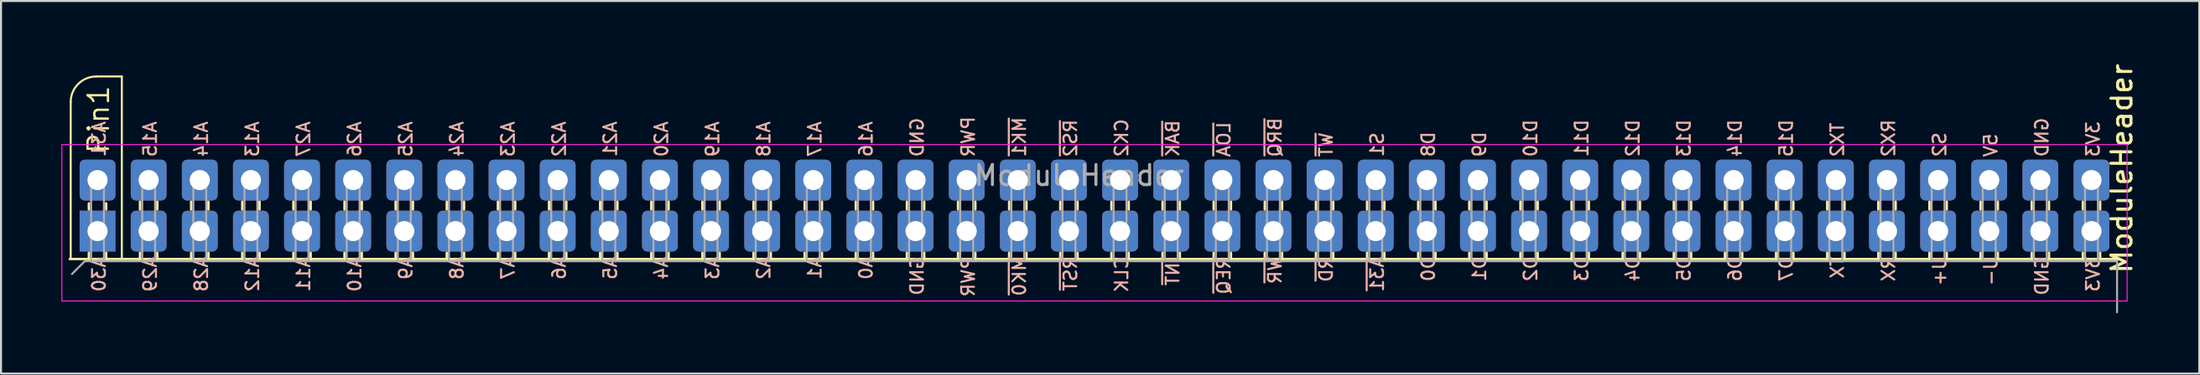
<source format=kicad_pcb>
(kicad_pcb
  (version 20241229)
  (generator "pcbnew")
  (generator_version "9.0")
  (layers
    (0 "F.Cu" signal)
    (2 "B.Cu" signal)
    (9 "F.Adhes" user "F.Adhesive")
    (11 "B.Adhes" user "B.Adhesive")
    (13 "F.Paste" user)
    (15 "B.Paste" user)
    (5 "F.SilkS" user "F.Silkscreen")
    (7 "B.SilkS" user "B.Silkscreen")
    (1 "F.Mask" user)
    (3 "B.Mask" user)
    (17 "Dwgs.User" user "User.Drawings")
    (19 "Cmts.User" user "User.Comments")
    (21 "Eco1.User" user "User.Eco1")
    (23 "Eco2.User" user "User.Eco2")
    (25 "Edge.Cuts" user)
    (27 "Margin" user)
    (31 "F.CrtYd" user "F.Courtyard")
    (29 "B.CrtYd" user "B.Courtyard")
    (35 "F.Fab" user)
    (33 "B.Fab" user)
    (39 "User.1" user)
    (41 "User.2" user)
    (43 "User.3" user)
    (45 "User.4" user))
  (footprint "ModuleHeader"
    (layer "F.Cu")
    (at 48.723 8.377)
    (property "Reference" "ModuleHeader" (at 53.64 -3.038 270) (layer "F.SilkS") (effects (font (size 1 1) (thickness 0.15))))
    (attr through_hole)
    (fp_line (start -48.308 1.467) (end 53.512 1.467) (stroke (width 0.12) (type solid)) (layer "F.SilkS"))
    (fp_line (start -48.26 -6.35) (end -48.26 1.448) (stroke (width 0.1) (type default)) (layer "F.SilkS"))
    (fp_line (start -47.358 -1.303) (end -47.358 -1) (stroke (width 0.12) (type solid)) (layer "F.SilkS"))
    (fp_line (start -47.358 1.155) (end -47.358 1.467) (stroke (width 0.12) (type solid)) (layer "F.SilkS"))
    (fp_line (start -46.498 -1.303) (end -46.498 -1) (stroke (width 0.12) (type solid)) (layer "F.SilkS"))
    (fp_line (start -46.498 1.155) (end -46.498 1.467) (stroke (width 0.12) (type solid)) (layer "F.SilkS"))
    (fp_line (start -45.72 -7.62) (end -46.99 -7.62) (stroke (width 0.1) (type default)) (layer "F.SilkS"))
    (fp_line (start -45.72 -7.62) (end -45.72 1.448) (stroke (width 0.1) (type default)) (layer "F.SilkS"))
    (fp_line (start -44.818 -1.385) (end -44.818 -1) (stroke (width 0.12) (type solid)) (layer "F.SilkS"))
    (fp_line (start -44.818 1.155) (end -44.818 1.467) (stroke (width 0.12) (type solid)) (layer "F.SilkS"))
    (fp_line (start -43.958 -1.385) (end -43.958 -1) (stroke (width 0.12) (type solid)) (layer "F.SilkS"))
    (fp_line (start -43.958 1.155) (end -43.958 1.467) (stroke (width 0.12) (type solid)) (layer "F.SilkS"))
    (fp_line (start -42.278 -1.385) (end -42.278 -1) (stroke (width 0.12) (type solid)) (layer "F.SilkS"))
    (fp_line (start -42.278 1.155) (end -42.278 1.467) (stroke (width 0.12) (type solid)) (layer "F.SilkS"))
    (fp_line (start -41.418 -1.385) (end -41.418 -1) (stroke (width 0.12) (type solid)) (layer "F.SilkS"))
    (fp_line (start -41.418 1.155) (end -41.418 1.467) (stroke (width 0.12) (type solid)) (layer "F.SilkS"))
    (fp_line (start -39.738 -1.385) (end -39.738 -1) (stroke (width 0.12) (type solid)) (layer "F.SilkS"))
    (fp_line (start -39.738 1.155) (end -39.738 1.467) (stroke (width 0.12) (type solid)) (layer "F.SilkS"))
    (fp_line (start -38.878 -1.385) (end -38.878 -1) (stroke (width 0.12) (type solid)) (layer "F.SilkS"))
    (fp_line (start -38.878 1.155) (end -38.878 1.467) (stroke (width 0.12) (type solid)) (layer "F.SilkS"))
    (fp_line (start -37.198 -1.385) (end -37.198 -1) (stroke (width 0.12) (type solid)) (layer "F.SilkS"))
    (fp_line (start -37.198 1.155) (end -37.198 1.467) (stroke (width 0.12) (type solid)) (layer "F.SilkS"))
    (fp_line (start -36.338 -1.385) (end -36.338 -1) (stroke (width 0.12) (type solid)) (layer "F.SilkS"))
    (fp_line (start -36.338 1.155) (end -36.338 1.467) (stroke (width 0.12) (type solid)) (layer "F.SilkS"))
    (fp_line (start -34.658 -1.385) (end -34.658 -1) (stroke (width 0.12) (type solid)) (layer "F.SilkS"))
    (fp_line (start -34.658 1.155) (end -34.658 1.467) (stroke (width 0.12) (type solid)) (layer "F.SilkS"))
    (fp_line (start -33.798 -1.385) (end -33.798 -1) (stroke (width 0.12) (type solid)) (layer "F.SilkS"))
    (fp_line (start -33.798 1.155) (end -33.798 1.467) (stroke (width 0.12) (type solid)) (layer "F.SilkS"))
    (fp_line (start -32.118 -1.385) (end -32.118 -1) (stroke (width 0.12) (type solid)) (layer "F.SilkS"))
    (fp_line (start -32.118 1.155) (end -32.118 1.467) (stroke (width 0.12) (type solid)) (layer "F.SilkS"))
    (fp_line (start -31.258 -1.385) (end -31.258 -1) (stroke (width 0.12) (type solid)) (layer "F.SilkS"))
    (fp_line (start -31.258 1.155) (end -31.258 1.467) (stroke (width 0.12) (type solid)) (layer "F.SilkS"))
    (fp_line (start -29.578 -1.385) (end -29.578 -1) (stroke (width 0.12) (type solid)) (layer "F.SilkS"))
    (fp_line (start -29.578 1.155) (end -29.578 1.467) (stroke (width 0.12) (type solid)) (layer "F.SilkS"))
    (fp_line (start -28.718 -1.385) (end -28.718 -1) (stroke (width 0.12) (type solid)) (layer "F.SilkS"))
    (fp_line (start -28.718 1.155) (end -28.718 1.467) (stroke (width 0.12) (type solid)) (layer "F.SilkS"))
    (fp_line (start -27.038 -1.385) (end -27.038 -1) (stroke (width 0.12) (type solid)) (layer "F.SilkS"))
    (fp_line (start -27.038 1.155) (end -27.038 1.467) (stroke (width 0.12) (type solid)) (layer "F.SilkS"))
    (fp_line (start -26.178 -1.385) (end -26.178 -1) (stroke (width 0.12) (type solid)) (layer "F.SilkS"))
    (fp_line (start -26.178 1.155) (end -26.178 1.467) (stroke (width 0.12) (type solid)) (layer "F.SilkS"))
    (fp_line (start -24.498 -1.385) (end -24.498 -1) (stroke (width 0.12) (type solid)) (layer "F.SilkS"))
    (fp_line (start -24.498 1.155) (end -24.498 1.467) (stroke (width 0.12) (type solid)) (layer "F.SilkS"))
    (fp_line (start -23.638 -1.385) (end -23.638 -1) (stroke (width 0.12) (type solid)) (layer "F.SilkS"))
    (fp_line (start -23.638 1.155) (end -23.638 1.467) (stroke (width 0.12) (type solid)) (layer "F.SilkS"))
    (fp_line (start -21.958 -1.385) (end -21.958 -1) (stroke (width 0.12) (type solid)) (layer "F.SilkS"))
    (fp_line (start -21.958 1.155) (end -21.958 1.467) (stroke (width 0.12) (type solid)) (layer "F.SilkS"))
    (fp_line (start -21.098 -1.385) (end -21.098 -1) (stroke (width 0.12) (type solid)) (layer "F.SilkS"))
    (fp_line (start -21.098 1.155) (end -21.098 1.467) (stroke (width 0.12) (type solid)) (layer "F.SilkS"))
    (fp_line (start -19.418 -1.385) (end -19.418 -1) (stroke (width 0.12) (type solid)) (layer "F.SilkS"))
    (fp_line (start -19.418 1.155) (end -19.418 1.467) (stroke (width 0.12) (type solid)) (layer "F.SilkS"))
    (fp_line (start -18.558 -1.385) (end -18.558 -1) (stroke (width 0.12) (type solid)) (layer "F.SilkS"))
    (fp_line (start -18.558 1.155) (end -18.558 1.467) (stroke (width 0.12) (type solid)) (layer "F.SilkS"))
    (fp_line (start -16.878 -1.385) (end -16.878 -1) (stroke (width 0.12) (type solid)) (layer "F.SilkS"))
    (fp_line (start -16.878 1.155) (end -16.878 1.467) (stroke (width 0.12) (type solid)) (layer "F.SilkS"))
    (fp_line (start -16.018 -1.385) (end -16.018 -1) (stroke (width 0.12) (type solid)) (layer "F.SilkS"))
    (fp_line (start -16.018 1.155) (end -16.018 1.467) (stroke (width 0.12) (type solid)) (layer "F.SilkS"))
    (fp_line (start -14.338 -1.385) (end -14.338 -1) (stroke (width 0.12) (type solid)) (layer "F.SilkS"))
    (fp_line (start -14.338 1.155) (end -14.338 1.467) (stroke (width 0.12) (type solid)) (layer "F.SilkS"))
    (fp_line (start -13.478 -1.385) (end -13.478 -1) (stroke (width 0.12) (type solid)) (layer "F.SilkS"))
    (fp_line (start -13.478 1.155) (end -13.478 1.467) (stroke (width 0.12) (type solid)) (layer "F.SilkS"))
    (fp_line (start -11.798 -1.385) (end -11.798 -1) (stroke (width 0.12) (type solid)) (layer "F.SilkS"))
    (fp_line (start -11.798 1.155) (end -11.798 1.467) (stroke (width 0.12) (type solid)) (layer "F.SilkS"))
    (fp_line (start -10.938 -1.385) (end -10.938 -1) (stroke (width 0.12) (type solid)) (layer "F.SilkS"))
    (fp_line (start -10.938 1.155) (end -10.938 1.467) (stroke (width 0.12) (type solid)) (layer "F.SilkS"))
    (fp_line (start -9.258 -1.385) (end -9.258 -1) (stroke (width 0.12) (type solid)) (layer "F.SilkS"))
    (fp_line (start -9.258 1.155) (end -9.258 1.467) (stroke (width 0.12) (type solid)) (layer "F.SilkS"))
    (fp_line (start -8.398 -1.385) (end -8.398 -1) (stroke (width 0.12) (type solid)) (layer "F.SilkS"))
    (fp_line (start -8.398 1.155) (end -8.398 1.467) (stroke (width 0.12) (type solid)) (layer "F.SilkS"))
    (fp_line (start -6.718 -1.385) (end -6.718 -1) (stroke (width 0.12) (type solid)) (layer "F.SilkS"))
    (fp_line (start -6.718 1.155) (end -6.718 1.467) (stroke (width 0.12) (type solid)) (layer "F.SilkS"))
    (fp_line (start -5.858 -1.385) (end -5.858 -1) (stroke (width 0.12) (type solid)) (layer "F.SilkS"))
    (fp_line (start -5.858 1.155) (end -5.858 1.467) (stroke (width 0.12) (type solid)) (layer "F.SilkS"))
    (fp_line (start -4.178 -1.385) (end -4.178 -1) (stroke (width 0.12) (type solid)) (layer "F.SilkS"))
    (fp_line (start -4.178 1.155) (end -4.178 1.467) (stroke (width 0.12) (type solid)) (layer "F.SilkS"))
    (fp_line (start -3.318 -1.385) (end -3.318 -1) (stroke (width 0.12) (type solid)) (layer "F.SilkS"))
    (fp_line (start -3.318 1.155) (end -3.318 1.467) (stroke (width 0.12) (type solid)) (layer "F.SilkS"))
    (fp_line (start -1.638 -1.385) (end -1.638 -1) (stroke (width 0.12) (type solid)) (layer "F.SilkS"))
    (fp_line (start -1.638 1.155) (end -1.638 1.467) (stroke (width 0.12) (type solid)) (layer "F.SilkS"))
    (fp_line (start -0.778 -1.385) (end -0.778 -1) (stroke (width 0.12) (type solid)) (layer "F.SilkS"))
    (fp_line (start -0.778 1.155) (end -0.778 1.467) (stroke (width 0.12) (type solid)) (layer "F.SilkS"))
    (fp_line (start 0.902 -1.385) (end 0.902 -1) (stroke (width 0.12) (type solid)) (layer "F.SilkS"))
    (fp_line (start 0.902 1.155) (end 0.902 1.467) (stroke (width 0.12) (type solid)) (layer "F.SilkS"))
    (fp_line (start 1.762 -1.385) (end 1.762 -1) (stroke (width 0.12) (type solid)) (layer "F.SilkS"))
    (fp_line (start 1.762 1.155) (end 1.762 1.467) (stroke (width 0.12) (type solid)) (layer "F.SilkS"))
    (fp_line (start 3.442 -1.385) (end 3.442 -1) (stroke (width 0.12) (type solid)) (layer "F.SilkS"))
    (fp_line (start 3.442 1.155) (end 3.442 1.467) (stroke (width 0.12) (type solid)) (layer "F.SilkS"))
    (fp_line (start 4.302 -1.385) (end 4.302 -1) (stroke (width 0.12) (type solid)) (layer "F.SilkS"))
    (fp_line (start 4.302 1.155) (end 4.302 1.467) (stroke (width 0.12) (type solid)) (layer "F.SilkS"))
    (fp_line (start 5.982 -1.385) (end 5.982 -1) (stroke (width 0.12) (type solid)) (layer "F.SilkS"))
    (fp_line (start 5.982 1.155) (end 5.982 1.467) (stroke (width 0.12) (type solid)) (layer "F.SilkS"))
    (fp_line (start 6.842 -1.385) (end 6.842 -1) (stroke (width 0.12) (type solid)) (layer "F.SilkS"))
    (fp_line (start 6.842 1.155) (end 6.842 1.467) (stroke (width 0.12) (type solid)) (layer "F.SilkS"))
    (fp_line (start 8.522 -1.385) (end 8.522 -1) (stroke (width 0.12) (type solid)) (layer "F.SilkS"))
    (fp_line (start 8.522 1.155) (end 8.522 1.467) (stroke (width 0.12) (type solid)) (layer "F.SilkS"))
    (fp_line (start 9.382 -1.385) (end 9.382 -1) (stroke (width 0.12) (type solid)) (layer "F.SilkS"))
    (fp_line (start 9.382 1.155) (end 9.382 1.467) (stroke (width 0.12) (type solid)) (layer "F.SilkS"))
    (fp_line (start 11.062 -1.385) (end 11.062 -1) (stroke (width 0.12) (type solid)) (layer "F.SilkS"))
    (fp_line (start 11.062 1.155) (end 11.062 1.467) (stroke (width 0.12) (type solid)) (layer "F.SilkS"))
    (fp_line (start 11.922 -1.385) (end 11.922 -1) (stroke (width 0.12) (type solid)) (layer "F.SilkS"))
    (fp_line (start 11.922 1.155) (end 11.922 1.467) (stroke (width 0.12) (type solid)) (layer "F.SilkS"))
    (fp_line (start 13.602 -1.385) (end 13.602 -1) (stroke (width 0.12) (type solid)) (layer "F.SilkS"))
    (fp_line (start 13.602 1.155) (end 13.602 1.467) (stroke (width 0.12) (type solid)) (layer "F.SilkS"))
    (fp_line (start 14.462 -1.385) (end 14.462 -1) (stroke (width 0.12) (type solid)) (layer "F.SilkS"))
    (fp_line (start 14.462 1.155) (end 14.462 1.467) (stroke (width 0.12) (type solid)) (layer "F.SilkS"))
    (fp_line (start 16.142 -1.385) (end 16.142 -1) (stroke (width 0.12) (type solid)) (layer "F.SilkS"))
    (fp_line (start 16.142 1.155) (end 16.142 1.467) (stroke (width 0.12) (type solid)) (layer "F.SilkS"))
    (fp_line (start 17.002 -1.385) (end 17.002 -1) (stroke (width 0.12) (type solid)) (layer "F.SilkS"))
    (fp_line (start 17.002 1.155) (end 17.002 1.467) (stroke (width 0.12) (type solid)) (layer "F.SilkS"))
    (fp_line (start 18.682 -1.385) (end 18.682 -1) (stroke (width 0.12) (type solid)) (layer "F.SilkS"))
    (fp_line (start 18.682 1.155) (end 18.682 1.467) (stroke (width 0.12) (type solid)) (layer "F.SilkS"))
    (fp_line (start 19.542 -1.385) (end 19.542 -1) (stroke (width 0.12) (type solid)) (layer "F.SilkS"))
    (fp_line (start 19.542 1.155) (end 19.542 1.467) (stroke (width 0.12) (type solid)) (layer "F.SilkS"))
    (fp_line (start 21.222 -1.385) (end 21.222 -1) (stroke (width 0.12) (type solid)) (layer "F.SilkS"))
    (fp_line (start 21.222 1.155) (end 21.222 1.467) (stroke (width 0.12) (type solid)) (layer "F.SilkS"))
    (fp_line (start 22.082 -1.385) (end 22.082 -1) (stroke (width 0.12) (type solid)) (layer "F.SilkS"))
    (fp_line (start 22.082 1.155) (end 22.082 1.467) (stroke (width 0.12) (type solid)) (layer "F.SilkS"))
    (fp_line (start 23.762 -1.385) (end 23.762 -1) (stroke (width 0.12) (type solid)) (layer "F.SilkS"))
    (fp_line (start 23.762 1.155) (end 23.762 1.467) (stroke (width 0.12) (type solid)) (layer "F.SilkS"))
    (fp_line (start 24.622 -1.385) (end 24.622 -1) (stroke (width 0.12) (type solid)) (layer "F.SilkS"))
    (fp_line (start 24.622 1.155) (end 24.622 1.467) (stroke (width 0.12) (type solid)) (layer "F.SilkS"))
    (fp_line (start 26.302 -1.385) (end 26.302 -1) (stroke (width 0.12) (type solid)) (layer "F.SilkS"))
    (fp_line (start 26.302 1.155) (end 26.302 1.467) (stroke (width 0.12) (type solid)) (layer "F.SilkS"))
    (fp_line (start 27.162 -1.385) (end 27.162 -1) (stroke (width 0.12) (type solid)) (layer "F.SilkS"))
    (fp_line (start 27.162 1.155) (end 27.162 1.467) (stroke (width 0.12) (type solid)) (layer "F.SilkS"))
    (fp_line (start 28.842 -1.385) (end 28.842 -1) (stroke (width 0.12) (type solid)) (layer "F.SilkS"))
    (fp_line (start 28.842 1.155) (end 28.842 1.467) (stroke (width 0.12) (type solid)) (layer "F.SilkS"))
    (fp_line (start 29.702 -1.385) (end 29.702 -1) (stroke (width 0.12) (type solid)) (layer "F.SilkS"))
    (fp_line (start 29.702 1.155) (end 29.702 1.467) (stroke (width 0.12) (type solid)) (layer "F.SilkS"))
    (fp_line (start 31.382 -1.385) (end 31.382 -1) (stroke (width 0.12) (type solid)) (layer "F.SilkS"))
    (fp_line (start 31.382 1.155) (end 31.382 1.467) (stroke (width 0.12) (type solid)) (layer "F.SilkS"))
    (fp_line (start 32.242 -1.385) (end 32.242 -1) (stroke (width 0.12) (type solid)) (layer "F.SilkS"))
    (fp_line (start 32.242 1.155) (end 32.242 1.467) (stroke (width 0.12) (type solid)) (layer "F.SilkS"))
    (fp_line (start 33.922 -1.385) (end 33.922 -1) (stroke (width 0.12) (type solid)) (layer "F.SilkS"))
    (fp_line (start 33.922 1.155) (end 33.922 1.467) (stroke (width 0.12) (type solid)) (layer "F.SilkS"))
    (fp_line (start 34.782 -1.385) (end 34.782 -1) (stroke (width 0.12) (type solid)) (layer "F.SilkS"))
    (fp_line (start 34.782 1.155) (end 34.782 1.467) (stroke (width 0.12) (type solid)) (layer "F.SilkS"))
    (fp_line (start 36.462 -1.385) (end 36.462 -1) (stroke (width 0.12) (type solid)) (layer "F.SilkS"))
    (fp_line (start 36.462 1.155) (end 36.462 1.467) (stroke (width 0.12) (type solid)) (layer "F.SilkS"))
    (fp_line (start 37.322 -1.385) (end 37.322 -1) (stroke (width 0.12) (type solid)) (layer "F.SilkS"))
    (fp_line (start 37.322 1.155) (end 37.322 1.467) (stroke (width 0.12) (type solid)) (layer "F.SilkS"))
    (fp_line (start 39.002 -1.385) (end 39.002 -1) (stroke (width 0.12) (type solid)) (layer "F.SilkS"))
    (fp_line (start 39.002 1.155) (end 39.002 1.467) (stroke (width 0.12) (type solid)) (layer "F.SilkS"))
    (fp_line (start 39.862 -1.385) (end 39.862 -1) (stroke (width 0.12) (type solid)) (layer "F.SilkS"))
    (fp_line (start 39.862 1.155) (end 39.862 1.467) (stroke (width 0.12) (type solid)) (layer "F.SilkS"))
    (fp_line (start 41.542 -1.385) (end 41.542 -1) (stroke (width 0.12) (type solid)) (layer "F.SilkS"))
    (fp_line (start 41.542 1.155) (end 41.542 1.467) (stroke (width 0.12) (type solid)) (layer "F.SilkS"))
    (fp_line (start 42.402 -1.385) (end 42.402 -1) (stroke (width 0.12) (type solid)) (layer "F.SilkS"))
    (fp_line (start 42.402 1.155) (end 42.402 1.467) (stroke (width 0.12) (type solid)) (layer "F.SilkS"))
    (fp_line (start 44.082 -1.385) (end 44.082 -1) (stroke (width 0.12) (type solid)) (layer "F.SilkS"))
    (fp_line (start 44.082 1.155) (end 44.082 1.467) (stroke (width 0.12) (type solid)) (layer "F.SilkS"))
    (fp_line (start 44.942 -1.385) (end 44.942 -1) (stroke (width 0.12) (type solid)) (layer "F.SilkS"))
    (fp_line (start 44.942 1.155) (end 44.942 1.467) (stroke (width 0.12) (type solid)) (layer "F.SilkS"))
    (fp_line (start 46.622 -1.385) (end 46.622 -1) (stroke (width 0.12) (type solid)) (layer "F.SilkS"))
    (fp_line (start 46.622 1.155) (end 46.622 1.467) (stroke (width 0.12) (type solid)) (layer "F.SilkS"))
    (fp_line (start 47.482 -1.385) (end 47.482 -1) (stroke (width 0.12) (type solid)) (layer "F.SilkS"))
    (fp_line (start 47.482 1.155) (end 47.482 1.467) (stroke (width 0.12) (type solid)) (layer "F.SilkS"))
    (fp_line (start 49.162 -1.385) (end 49.162 -1) (stroke (width 0.12) (type solid)) (layer "F.SilkS"))
    (fp_line (start 49.162 1.155) (end 49.162 1.467) (stroke (width 0.12) (type solid)) (layer "F.SilkS"))
    (fp_line (start 50.022 -1.385) (end 50.022 -1) (stroke (width 0.12) (type solid)) (layer "F.SilkS"))
    (fp_line (start 50.022 1.155) (end 50.022 1.467) (stroke (width 0.12) (type solid)) (layer "F.SilkS"))
    (fp_line (start 51.702 -1.385) (end 51.702 -1) (stroke (width 0.12) (type solid)) (layer "F.SilkS"))
    (fp_line (start 51.702 1.155) (end 51.702 1.467) (stroke (width 0.12) (type solid)) (layer "F.SilkS"))
    (fp_line (start 52.562 -1.385) (end 52.562 -1) (stroke (width 0.12) (type solid)) (layer "F.SilkS"))
    (fp_line (start 52.562 1.155) (end 52.562 1.467) (stroke (width 0.12) (type solid)) (layer "F.SilkS"))
    (fp_arc (start -48.26 -6.35) (mid -47.888026 -7.248026) (end -46.99 -7.62) (stroke (width 0.1) (type default)) (layer "F.SilkS"))
    (fp_line (start -48.698 -4.233) (end 53.902 -4.233) (stroke (width 0.05) (type solid)) (layer "F.CrtYd"))
    (fp_line (start -48.698 3.556) (end -48.698 -4.233) (stroke (width 0.05) (type solid)) (layer "F.CrtYd"))
    (fp_line (start -48.692 3.556) (end 53.899 3.556) (stroke (width 0.05) (type solid)) (layer "F.CrtYd"))
    (fp_line (start 53.902 -4.233) (end 53.902 3.556) (stroke (width 0.05) (type solid)) (layer "F.CrtYd"))
    (fp_line (start -47.563 1.577) (end -48.198 2.212) (stroke (width 0.1) (type solid)) (layer "F.Fab"))
    (fp_line (start -47.248 -2.783) (end -47.248 1.577) (stroke (width 0.1) (type solid)) (layer "F.Fab"))
    (fp_line (start -47.248 -2.783) (end -46.608 -2.783) (stroke (width 0.1) (type solid)) (layer "F.Fab"))
    (fp_line (start -46.608 -2.783) (end -46.608 1.577) (stroke (width 0.1) (type solid)) (layer "F.Fab"))
    (fp_line (start -44.708 -2.783) (end -44.708 1.577) (stroke (width 0.1) (type solid)) (layer "F.Fab"))
    (fp_line (start -44.708 -2.783) (end -44.068 -2.783) (stroke (width 0.1) (type solid)) (layer "F.Fab"))
    (fp_line (start -44.068 -2.783) (end -44.068 1.577) (stroke (width 0.1) (type solid)) (layer "F.Fab"))
    (fp_line (start -42.168 -2.783) (end -42.168 1.577) (stroke (width 0.1) (type solid)) (layer "F.Fab"))
    (fp_line (start -42.168 -2.783) (end -41.528 -2.783) (stroke (width 0.1) (type solid)) (layer "F.Fab"))
    (fp_line (start -41.528 -2.783) (end -41.528 1.577) (stroke (width 0.1) (type solid)) (layer "F.Fab"))
    (fp_line (start -39.628 -2.783) (end -39.628 1.577) (stroke (width 0.1) (type solid)) (layer "F.Fab"))
    (fp_line (start -39.628 -2.783) (end -38.988 -2.783) (stroke (width 0.1) (type solid)) (layer "F.Fab"))
    (fp_line (start -38.988 -2.783) (end -38.988 1.577) (stroke (width 0.1) (type solid)) (layer "F.Fab"))
    (fp_line (start -37.088 -2.783) (end -37.088 1.577) (stroke (width 0.1) (type solid)) (layer "F.Fab"))
    (fp_line (start -37.088 -2.783) (end -36.448 -2.783) (stroke (width 0.1) (type solid)) (layer "F.Fab"))
    (fp_line (start -36.448 -2.783) (end -36.448 1.577) (stroke (width 0.1) (type solid)) (layer "F.Fab"))
    (fp_line (start -34.548 -2.783) (end -34.548 1.577) (stroke (width 0.1) (type solid)) (layer "F.Fab"))
    (fp_line (start -34.548 -2.783) (end -33.908 -2.783) (stroke (width 0.1) (type solid)) (layer "F.Fab"))
    (fp_line (start -33.908 -2.783) (end -33.908 1.577) (stroke (width 0.1) (type solid)) (layer "F.Fab"))
    (fp_line (start -32.008 -2.783) (end -32.008 1.577) (stroke (width 0.1) (type solid)) (layer "F.Fab"))
    (fp_line (start -32.008 -2.783) (end -31.368 -2.783) (stroke (width 0.1) (type solid)) (layer "F.Fab"))
    (fp_line (start -31.368 -2.783) (end -31.368 1.577) (stroke (width 0.1) (type solid)) (layer "F.Fab"))
    (fp_line (start -29.468 -2.783) (end -29.468 1.577) (stroke (width 0.1) (type solid)) (layer "F.Fab"))
    (fp_line (start -29.468 -2.783) (end -28.828 -2.783) (stroke (width 0.1) (type solid)) (layer "F.Fab"))
    (fp_line (start -28.828 -2.783) (end -28.828 1.577) (stroke (width 0.1) (type solid)) (layer "F.Fab"))
    (fp_line (start -26.928 -2.783) (end -26.928 1.577) (stroke (width 0.1) (type solid)) (layer "F.Fab"))
    (fp_line (start -26.928 -2.783) (end -26.288 -2.783) (stroke (width 0.1) (type solid)) (layer "F.Fab"))
    (fp_line (start -26.288 -2.783) (end -26.288 1.577) (stroke (width 0.1) (type solid)) (layer "F.Fab"))
    (fp_line (start -24.388 -2.783) (end -24.388 1.577) (stroke (width 0.1) (type solid)) (layer "F.Fab"))
    (fp_line (start -24.388 -2.783) (end -23.748 -2.783) (stroke (width 0.1) (type solid)) (layer "F.Fab"))
    (fp_line (start -23.748 -2.783) (end -23.748 1.577) (stroke (width 0.1) (type solid)) (layer "F.Fab"))
    (fp_line (start -21.848 -2.783) (end -21.848 1.577) (stroke (width 0.1) (type solid)) (layer "F.Fab"))
    (fp_line (start -21.848 -2.783) (end -21.208 -2.783) (stroke (width 0.1) (type solid)) (layer "F.Fab"))
    (fp_line (start -21.208 -2.783) (end -21.208 1.577) (stroke (width 0.1) (type solid)) (layer "F.Fab"))
    (fp_line (start -19.308 -2.783) (end -19.308 1.577) (stroke (width 0.1) (type solid)) (layer "F.Fab"))
    (fp_line (start -19.308 -2.783) (end -18.668 -2.783) (stroke (width 0.1) (type solid)) (layer "F.Fab"))
    (fp_line (start -18.668 -2.783) (end -18.668 1.577) (stroke (width 0.1) (type solid)) (layer "F.Fab"))
    (fp_line (start -16.768 -2.783) (end -16.768 1.577) (stroke (width 0.1) (type solid)) (layer "F.Fab"))
    (fp_line (start -16.768 -2.783) (end -16.128 -2.783) (stroke (width 0.1) (type solid)) (layer "F.Fab"))
    (fp_line (start -16.128 -2.783) (end -16.128 1.577) (stroke (width 0.1) (type solid)) (layer "F.Fab"))
    (fp_line (start -14.228 -2.783) (end -14.228 1.577) (stroke (width 0.1) (type solid)) (layer "F.Fab"))
    (fp_line (start -14.228 -2.783) (end -13.588 -2.783) (stroke (width 0.1) (type solid)) (layer "F.Fab"))
    (fp_line (start -13.588 -2.783) (end -13.588 1.577) (stroke (width 0.1) (type solid)) (layer "F.Fab"))
    (fp_line (start -11.688 -2.783) (end -11.688 1.577) (stroke (width 0.1) (type solid)) (layer "F.Fab"))
    (fp_line (start -11.688 -2.783) (end -11.048 -2.783) (stroke (width 0.1) (type solid)) (layer "F.Fab"))
    (fp_line (start -11.048 -2.783) (end -11.048 1.577) (stroke (width 0.1) (type solid)) (layer "F.Fab"))
    (fp_line (start -9.148 -2.783) (end -9.148 1.577) (stroke (width 0.1) (type solid)) (layer "F.Fab"))
    (fp_line (start -9.148 -2.783) (end -8.508 -2.783) (stroke (width 0.1) (type solid)) (layer "F.Fab"))
    (fp_line (start -8.508 -2.783) (end -8.508 1.577) (stroke (width 0.1) (type solid)) (layer "F.Fab"))
    (fp_line (start -6.608 -2.783) (end -6.608 1.577) (stroke (width 0.1) (type solid)) (layer "F.Fab"))
    (fp_line (start -6.608 -2.783) (end -5.968 -2.783) (stroke (width 0.1) (type solid)) (layer "F.Fab"))
    (fp_line (start -5.968 -2.783) (end -5.968 1.577) (stroke (width 0.1) (type solid)) (layer "F.Fab"))
    (fp_line (start -4.068 -2.783) (end -4.068 1.577) (stroke (width 0.1) (type solid)) (layer "F.Fab"))
    (fp_line (start -4.068 -2.783) (end -3.428 -2.783) (stroke (width 0.1) (type solid)) (layer "F.Fab"))
    (fp_line (start -3.428 -2.783) (end -3.428 1.577) (stroke (width 0.1) (type solid)) (layer "F.Fab"))
    (fp_line (start -1.528 -2.783) (end -1.528 1.577) (stroke (width 0.1) (type solid)) (layer "F.Fab"))
    (fp_line (start -1.528 -2.783) (end -0.888 -2.783) (stroke (width 0.1) (type solid)) (layer "F.Fab"))
    (fp_line (start -0.888 -2.783) (end -0.888 1.577) (stroke (width 0.1) (type solid)) (layer "F.Fab"))
    (fp_line (start 1.012 -2.783) (end 1.012 1.577) (stroke (width 0.1) (type solid)) (layer "F.Fab"))
    (fp_line (start 1.012 -2.783) (end 1.652 -2.783) (stroke (width 0.1) (type solid)) (layer "F.Fab"))
    (fp_line (start 1.652 -2.783) (end 1.652 1.577) (stroke (width 0.1) (type solid)) (layer "F.Fab"))
    (fp_line (start 3.552 -2.783) (end 3.552 1.577) (stroke (width 0.1) (type solid)) (layer "F.Fab"))
    (fp_line (start 3.552 -2.783) (end 4.192 -2.783) (stroke (width 0.1) (type solid)) (layer "F.Fab"))
    (fp_line (start 4.192 -2.783) (end 4.192 1.577) (stroke (width 0.1) (type solid)) (layer "F.Fab"))
    (fp_line (start 6.092 -2.783) (end 6.092 1.577) (stroke (width 0.1) (type solid)) (layer "F.Fab"))
    (fp_line (start 6.092 -2.783) (end 6.732 -2.783) (stroke (width 0.1) (type solid)) (layer "F.Fab"))
    (fp_line (start 6.732 -2.783) (end 6.732 1.577) (stroke (width 0.1) (type solid)) (layer "F.Fab"))
    (fp_line (start 8.632 -2.783) (end 8.632 1.577) (stroke (width 0.1) (type solid)) (layer "F.Fab"))
    (fp_line (start 8.632 -2.783) (end 9.272 -2.783) (stroke (width 0.1) (type solid)) (layer "F.Fab"))
    (fp_line (start 9.272 -2.783) (end 9.272 1.577) (stroke (width 0.1) (type solid)) (layer "F.Fab"))
    (fp_line (start 11.172 -2.783) (end 11.172 1.577) (stroke (width 0.1) (type solid)) (layer "F.Fab"))
    (fp_line (start 11.172 -2.783) (end 11.812 -2.783) (stroke (width 0.1) (type solid)) (layer "F.Fab"))
    (fp_line (start 11.812 -2.783) (end 11.812 1.577) (stroke (width 0.1) (type solid)) (layer "F.Fab"))
    (fp_line (start 13.712 -2.783) (end 13.712 1.577) (stroke (width 0.1) (type solid)) (layer "F.Fab"))
    (fp_line (start 13.712 -2.783) (end 14.352 -2.783) (stroke (width 0.1) (type solid)) (layer "F.Fab"))
    (fp_line (start 14.352 -2.783) (end 14.352 1.577) (stroke (width 0.1) (type solid)) (layer "F.Fab"))
    (fp_line (start 16.252 -2.783) (end 16.252 1.577) (stroke (width 0.1) (type solid)) (layer "F.Fab"))
    (fp_line (start 16.252 -2.783) (end 16.892 -2.783) (stroke (width 0.1) (type solid)) (layer "F.Fab"))
    (fp_line (start 16.892 -2.783) (end 16.892 1.577) (stroke (width 0.1) (type solid)) (layer "F.Fab"))
    (fp_line (start 18.792 -2.783) (end 18.792 1.577) (stroke (width 0.1) (type solid)) (layer "F.Fab"))
    (fp_line (start 18.792 -2.783) (end 19.432 -2.783) (stroke (width 0.1) (type solid)) (layer "F.Fab"))
    (fp_line (start 19.432 -2.783) (end 19.432 1.577) (stroke (width 0.1) (type solid)) (layer "F.Fab"))
    (fp_line (start 21.332 -2.783) (end 21.332 1.577) (stroke (width 0.1) (type solid)) (layer "F.Fab"))
    (fp_line (start 21.332 -2.783) (end 21.972 -2.783) (stroke (width 0.1) (type solid)) (layer "F.Fab"))
    (fp_line (start 21.972 -2.783) (end 21.972 1.577) (stroke (width 0.1) (type solid)) (layer "F.Fab"))
    (fp_line (start 23.872 -2.783) (end 23.872 1.577) (stroke (width 0.1) (type solid)) (layer "F.Fab"))
    (fp_line (start 23.872 -2.783) (end 24.512 -2.783) (stroke (width 0.1) (type solid)) (layer "F.Fab"))
    (fp_line (start 24.512 -2.783) (end 24.512 1.577) (stroke (width 0.1) (type solid)) (layer "F.Fab"))
    (fp_line (start 26.412 -2.783) (end 26.412 1.577) (stroke (width 0.1) (type solid)) (layer "F.Fab"))
    (fp_line (start 26.412 -2.783) (end 27.052 -2.783) (stroke (width 0.1) (type solid)) (layer "F.Fab"))
    (fp_line (start 27.052 -2.783) (end 27.052 1.577) (stroke (width 0.1) (type solid)) (layer "F.Fab"))
    (fp_line (start 28.952 -2.783) (end 28.952 1.577) (stroke (width 0.1) (type solid)) (layer "F.Fab"))
    (fp_line (start 28.952 -2.783) (end 29.592 -2.783) (stroke (width 0.1) (type solid)) (layer "F.Fab"))
    (fp_line (start 29.592 -2.783) (end 29.592 1.577) (stroke (width 0.1) (type solid)) (layer "F.Fab"))
    (fp_line (start 31.492 -2.783) (end 31.492 1.577) (stroke (width 0.1) (type solid)) (layer "F.Fab"))
    (fp_line (start 31.492 -2.783) (end 32.132 -2.783) (stroke (width 0.1) (type solid)) (layer "F.Fab"))
    (fp_line (start 32.132 -2.783) (end 32.132 1.577) (stroke (width 0.1) (type solid)) (layer "F.Fab"))
    (fp_line (start 34.032 -2.783) (end 34.032 1.577) (stroke (width 0.1) (type solid)) (layer "F.Fab"))
    (fp_line (start 34.032 -2.783) (end 34.672 -2.783) (stroke (width 0.1) (type solid)) (layer "F.Fab"))
    (fp_line (start 34.672 -2.783) (end 34.672 1.577) (stroke (width 0.1) (type solid)) (layer "F.Fab"))
    (fp_line (start 36.572 -2.783) (end 36.572 1.577) (stroke (width 0.1) (type solid)) (layer "F.Fab"))
    (fp_line (start 36.572 -2.783) (end 37.212 -2.783) (stroke (width 0.1) (type solid)) (layer "F.Fab"))
    (fp_line (start 37.212 -2.783) (end 37.212 1.577) (stroke (width 0.1) (type solid)) (layer "F.Fab"))
    (fp_line (start 39.112 -2.783) (end 39.112 1.577) (stroke (width 0.1) (type solid)) (layer "F.Fab"))
    (fp_line (start 39.112 -2.783) (end 39.752 -2.783) (stroke (width 0.1) (type solid)) (layer "F.Fab"))
    (fp_line (start 39.752 -2.783) (end 39.752 1.577) (stroke (width 0.1) (type solid)) (layer "F.Fab"))
    (fp_line (start 41.652 -2.783) (end 41.652 1.577) (stroke (width 0.1) (type solid)) (layer "F.Fab"))
    (fp_line (start 41.652 -2.783) (end 42.292 -2.783) (stroke (width 0.1) (type solid)) (layer "F.Fab"))
    (fp_line (start 42.292 -2.783) (end 42.292 1.577) (stroke (width 0.1) (type solid)) (layer "F.Fab"))
    (fp_line (start 44.192 -2.783) (end 44.192 1.577) (stroke (width 0.1) (type solid)) (layer "F.Fab"))
    (fp_line (start 44.192 -2.783) (end 44.832 -2.783) (stroke (width 0.1) (type solid)) (layer "F.Fab"))
    (fp_line (start 44.832 -2.783) (end 44.832 1.577) (stroke (width 0.1) (type solid)) (layer "F.Fab"))
    (fp_line (start 46.732 -2.783) (end 46.732 1.577) (stroke (width 0.1) (type solid)) (layer "F.Fab"))
    (fp_line (start 46.732 -2.783) (end 47.372 -2.783) (stroke (width 0.1) (type solid)) (layer "F.Fab"))
    (fp_line (start 47.372 -2.783) (end 47.372 1.577) (stroke (width 0.1) (type solid)) (layer "F.Fab"))
    (fp_line (start 49.272 -2.783) (end 49.272 1.577) (stroke (width 0.1) (type solid)) (layer "F.Fab"))
    (fp_line (start 49.272 -2.783) (end 49.912 -2.783) (stroke (width 0.1) (type solid)) (layer "F.Fab"))
    (fp_line (start 49.912 -2.783) (end 49.912 1.577) (stroke (width 0.1) (type solid)) (layer "F.Fab"))
    (fp_line (start 51.812 -2.783) (end 51.812 1.577) (stroke (width 0.1) (type solid)) (layer "F.Fab"))
    (fp_line (start 51.812 -2.783) (end 52.452 -2.783) (stroke (width 0.1) (type solid)) (layer "F.Fab"))
    (fp_line (start 52.452 -2.783) (end 52.452 1.577) (stroke (width 0.1) (type solid)) (layer "F.Fab"))
    (fp_line (start 53.402 1.577) (end -47.563 1.577) (stroke (width 0.1) (type solid)) (layer "F.Fab"))
    (fp_line (start 53.402 4.117) (end 53.402 1.577) (stroke (width 0.1) (type solid)) (layer "F.Fab"))
    (fp_text user "Pin1" (at -46.279 -3.708 90) (unlocked yes) (layer "F.SilkS") (effects (font (size 1.016 1.016) (thickness 0.114)) (justify left bottom)))
    (fp_text user "A4" (at -18.542 1.27 90) (unlocked yes) (layer "B.SilkS") (effects (font (size 0.635 0.635) (thickness 0.102)) (justify left bottom mirror)))
    (fp_text user "~{INT}" (at 6.858 1.27 90) (unlocked yes) (layer "B.SilkS") (effects (font (size 0.635 0.635) (thickness 0.102)) (justify left bottom mirror)))
    (fp_text user "~{RS2}" (at 1.778 -3.556 90) (unlocked yes) (layer "B.SilkS") (effects (font (size 0.635 0.635) (thickness 0.102)) (justify right bottom mirror)))
    (fp_text user "D5" (at 32.258 1.27 90) (unlocked yes) (layer "B.SilkS") (effects (font (size 0.635 0.635) (thickness 0.102)) (justify left bottom mirror)))
    (fp_text user "A9" (at -31.242 1.27 90) (unlocked yes) (layer "B.SilkS") (effects (font (size 0.635 0.635) (thickness 0.102)) (justify left bottom mirror)))
    (fp_text user "A11" (at -36.322 1.27 90) (unlocked yes) (layer "B.SilkS") (effects (font (size 0.635 0.635) (thickness 0.102)) (justify left bottom mirror)))
    (fp_text user "D10" (at 24.638 -3.556 90) (unlocked yes) (layer "B.SilkS") (effects (font (size 0.635 0.635) (thickness 0.102)) (justify right bottom mirror)))
    (fp_text user "CK2" (at 4.318 -3.556 90) (unlocked yes) (layer "B.SilkS") (effects (font (size 0.635 0.635) (thickness 0.102)) (justify right bottom mirror)))
    (fp_text user "~{MK0}" (at -0.762 1.27 90) (unlocked yes) (layer "B.SilkS") (effects (font (size 0.635 0.635) (thickness 0.102)) (justify left bottom mirror)))
    (fp_text user "A29" (at -43.942 1.27 90) (unlocked yes) (layer "B.SilkS") (effects (font (size 0.635 0.635) (thickness 0.102)) (justify left bottom mirror)))
    (fp_text user "~{RD}" (at 14.478 1.27 90) (unlocked yes) (layer "B.SilkS") (effects (font (size 0.635 0.635) (thickness 0.102)) (justify left bottom mirror)))
    (fp_text user "A22" (at -23.622 -3.556 90) (unlocked yes) (layer "B.SilkS") (effects (font (size 0.635 0.635) (thickness 0.102)) (justify right bottom mirror)))
    (fp_text user "D3" (at 27.178 1.27 90) (unlocked yes) (layer "B.SilkS") (effects (font (size 0.635 0.635) (thickness 0.102)) (justify left bottom mirror)))
    (fp_text user "~{BAK}" (at 6.858 -3.556 90) (unlocked yes) (layer "B.SilkS") (effects (font (size 0.635 0.635) (thickness 0.102)) (justify right bottom mirror)))
    (fp_text user "A13" (at -38.862 -3.556 90) (unlocked yes) (layer "B.SilkS") (effects (font (size 0.635 0.635) (thickness 0.102)) (justify right bottom mirror)))
    (fp_text user "~{RST}" (at 1.778 1.27 90) (unlocked yes) (layer "B.SilkS") (effects (font (size 0.635 0.635) (thickness 0.102)) (justify left bottom mirror)))
    (fp_text user "3V3" (at 52.578 1.27 90) (unlocked yes) (layer "B.SilkS") (effects (font (size 0.635 0.635) (thickness 0.102)) (justify left bottom mirror)))
    (fp_text user "D15" (at 37.338 -3.556 90) (unlocked yes) (layer "B.SilkS") (effects (font (size 0.635 0.635) (thickness 0.102)) (justify right bottom mirror)))
    (fp_text user "GND" (at -5.842 -3.556 90) (unlocked yes) (layer "B.SilkS") (effects (font (size 0.635 0.635) (thickness 0.102)) (justify right bottom mirror)))
    (fp_text user "D2" (at 24.638 1.27 90) (unlocked yes) (layer "B.SilkS") (effects (font (size 0.635 0.635) (thickness 0.102)) (justify left bottom mirror)))
    (fp_text user "A23" (at -26.162 -3.556 90) (unlocked yes) (layer "B.SilkS") (effects (font (size 0.635 0.635) (thickness 0.102)) (justify right bottom mirror)))
    (fp_text user "D1" (at 22.098 1.27 90) (unlocked yes) (layer "B.SilkS") (effects (font (size 0.635 0.635) (thickness 0.102)) (justify left bottom mirror)))
    (fp_text user "A2" (at -13.462 1.27 90) (unlocked yes) (layer "B.SilkS") (effects (font (size 0.635 0.635) (thickness 0.102)) (justify left bottom mirror)))
    (fp_text user "D11" (at 27.178 -3.556 90) (unlocked yes) (layer "B.SilkS") (effects (font (size 0.635 0.635) (thickness 0.102)) (justify right bottom mirror)))
    (fp_text user "A28" (at -41.402 1.27 90) (unlocked yes) (layer "B.SilkS") (effects (font (size 0.635 0.635) (thickness 0.102)) (justify left bottom mirror)))
    (fp_text user "D0" (at 19.558 1.27 90) (unlocked yes) (layer "B.SilkS") (effects (font (size 0.635 0.635) (thickness 0.102)) (justify left bottom mirror)))
    (fp_text user "A15" (at -43.942 -3.556 90) (unlocked yes) (layer "B.SilkS") (effects (font (size 0.635 0.635) (thickness 0.102)) (justify right bottom mirror)))
    (fp_text user "5V" (at 47.498 -3.556 90) (unlocked yes) (layer "B.SilkS") (effects (font (size 0.635 0.635) (thickness 0.102)) (justify right bottom mirror)))
    (fp_text user "D12" (at 29.718 -3.556 90) (unlocked yes) (layer "B.SilkS") (effects (font (size 0.635 0.635) (thickness 0.102)) (justify right bottom mirror)))
    (fp_text user "A10" (at -33.782 1.27 90) (unlocked yes) (layer "B.SilkS") (effects (font (size 0.635 0.635) (thickness 0.102)) (justify left bottom mirror)))
    (fp_text user "S2" (at 44.958 -3.556 90) (unlocked yes) (layer "B.SilkS") (effects (font (size 0.635 0.635) (thickness 0.102)) (justify right bottom mirror)))
    (fp_text user "A8" (at -28.702 1.27 90) (unlocked yes) (layer "B.SilkS") (effects (font (size 0.635 0.635) (thickness 0.102)) (justify left bottom mirror)))
    (fp_text user "RX" (at 42.418 1.27 90) (unlocked yes) (layer "B.SilkS") (effects (font (size 0.635 0.635) (thickness 0.102)) (justify left bottom mirror)))
    (fp_text user "A0" (at -8.382 1.27 90) (unlocked yes) (layer "B.SilkS") (effects (font (size 0.635 0.635) (thickness 0.102)) (justify left bottom mirror)))
    (fp_text user "A14" (at -41.402 -3.556 90) (unlocked yes) (layer "B.SilkS") (effects (font (size 0.635 0.635) (thickness 0.102)) (justify right bottom mirror)))
    (fp_text user "D8" (at 19.558 -3.556 90) (unlocked yes) (layer "B.SilkS") (effects (font (size 0.635 0.635) (thickness 0.102)) (justify right bottom mirror)))
    (fp_text user "A16" (at -8.382 -3.556 90) (unlocked yes) (layer "B.SilkS") (effects (font (size 0.635 0.635) (thickness 0.102)) (justify right bottom mirror)))
    (fp_text user "D7" (at 37.338 1.27 90) (unlocked yes) (layer "B.SilkS") (effects (font (size 0.635 0.635) (thickness 0.102)) (justify left bottom mirror)))
    (fp_text user "D4" (at 29.718 1.27 90) (unlocked yes) (layer "B.SilkS") (effects (font (size 0.635 0.635) (thickness 0.102)) (justify left bottom mirror)))
    (fp_text user "D13" (at 32.258 -3.556 90) (unlocked yes) (layer "B.SilkS") (effects (font (size 0.635 0.635) (thickness 0.102)) (justify right bottom mirror)))
    (fp_text user "A25" (at -31.242 -3.556 90) (unlocked yes) (layer "B.SilkS") (effects (font (size 0.635 0.635) (thickness 0.102)) (justify right bottom mirror)))
    (fp_text user "A17" (at -10.922 -3.556 90) (unlocked yes) (layer "B.SilkS") (effects (font (size 0.635 0.635) (thickness 0.102)) (justify right bottom mirror)))
    (fp_text user "TX" (at 39.878 1.27 90) (unlocked yes) (layer "B.SilkS") (effects (font (size 0.635 0.635) (thickness 0.102)) (justify left bottom mirror)))
    (fp_text user "GND" (at -5.842 1.27 90) (unlocked yes) (layer "B.SilkS") (effects (font (size 0.635 0.635) (thickness 0.102)) (justify left bottom mirror)))
    (fp_text user "A1" (at -10.922 1.27 90) (unlocked yes) (layer "B.SilkS") (effects (font (size 0.635 0.635) (thickness 0.102)) (justify left bottom mirror)))
    (fp_text user "D9" (at 22.098 -3.556 90) (unlocked yes) (layer "B.SilkS") (effects (font (size 0.635 0.635) (thickness 0.102)) (justify right bottom mirror)))
    (fp_text user "~{WT}" (at 14.478 -3.556 90) (unlocked yes) (layer "B.SilkS") (effects (font (size 0.635 0.635) (thickness 0.102)) (justify right bottom mirror)))
    (fp_text user "A18" (at -13.462 -3.556 90) (unlocked yes) (layer "B.SilkS") (effects (font (size 0.635 0.635) (thickness 0.102)) (justify right bottom mirror)))
    (fp_text user "PWR" (at -3.302 1.27 90) (unlocked yes) (layer "B.SilkS") (effects (font (size 0.635 0.635) (thickness 0.102)) (justify left bottom mirror)))
    (fp_text user "A7" (at -26.162 1.27 90) (unlocked yes) (layer "B.SilkS") (effects (font (size 0.635 0.635) (thickness 0.102)) (justify left bottom mirror)))
    (fp_text user "A12" (at -38.862 1.27 90) (unlocked yes) (layer "B.SilkS") (effects (font (size 0.635 0.635) (thickness 0.102)) (justify left bottom mirror)))
    (fp_text user "A31" (at -46.482 -3.556 90) (unlocked yes) (layer "B.SilkS") (effects (font (size 0.635 0.635) (thickness 0.102)) (justify right bottom mirror)))
    (fp_text user "RX2" (at 42.418 -3.556 90) (unlocked yes) (layer "B.SilkS") (effects (font (size 0.635 0.635) (thickness 0.102)) (justify right bottom mirror)))
    (fp_text user "A21" (at -21.082 -3.556 90) (unlocked yes) (layer "B.SilkS") (effects (font (size 0.635 0.635) (thickness 0.102)) (justify right bottom mirror)))
    (fp_text user "~{WR}" (at 11.938 1.27 90) (unlocked yes) (layer "B.SilkS") (effects (font (size 0.635 0.635) (thickness 0.102)) (justify left bottom mirror)))
    (fp_text user "CLK" (at 4.318 1.27 90) (unlocked yes) (layer "B.SilkS") (effects (font (size 0.635 0.635) (thickness 0.102)) (justify left bottom mirror)))
    (fp_text user "PWR" (at -3.302 -3.556 90) (unlocked yes) (layer "B.SilkS") (effects (font (size 0.635 0.635) (thickness 0.102)) (justify right bottom mirror)))
    (fp_text user "A27" (at -36.322 -3.556 90) (unlocked yes) (layer "B.SilkS") (effects (font (size 0.635 0.635) (thickness 0.102)) (justify right bottom mirror)))
    (fp_text user "A20" (at -18.542 -3.556 90) (unlocked yes) (layer "B.SilkS") (effects (font (size 0.635 0.635) (thickness 0.102)) (justify right bottom mirror)))
    (fp_text user "A24" (at -28.702 -3.556 90) (unlocked yes) (layer "B.SilkS") (effects (font (size 0.635 0.635) (thickness 0.102)) (justify right bottom mirror)))
    (fp_text user "A19" (at -16.002 -3.556 90) (unlocked yes) (layer "B.SilkS") (effects (font (size 0.635 0.635) (thickness 0.102)) (justify right bottom mirror)))
    (fp_text user "A26" (at -33.782 -3.556 90) (unlocked yes) (layer "B.SilkS") (effects (font (size 0.635 0.635) (thickness 0.102)) (justify right bottom mirror)))
    (fp_text user "D14" (at 34.798 -3.556 90) (unlocked yes) (layer "B.SilkS") (effects (font (size 0.635 0.635) (thickness 0.102)) (justify right bottom mirror)))
    (fp_text user "U-" (at 47.498 1.27 90) (unlocked yes) (layer "B.SilkS") (effects (font (size 0.635 0.635) (thickness 0.102)) (justify left bottom mirror)))
    (fp_text user "~{REQ}" (at 9.398 1.27 90) (unlocked yes) (layer "B.SilkS") (effects (font (size 0.635 0.635) (thickness 0.102)) (justify left bottom mirror)))
    (fp_text user "TX2" (at 39.878 -3.556 90) (unlocked yes) (layer "B.SilkS") (effects (font (size 0.635 0.635) (thickness 0.102)) (justify right bottom mirror)))
    (fp_text user "A5" (at -21.082 1.27 90) (unlocked yes) (layer "B.SilkS") (effects (font (size 0.635 0.635) (thickness 0.102)) (justify left bottom mirror)))
    (fp_text user "~{A31}" (at 17.018 1.27 90) (unlocked yes) (layer "B.SilkS") (effects (font (size 0.635 0.635) (thickness 0.102)) (justify left bottom mirror)))
    (fp_text user "~{LOA}" (at 9.398 -3.556 90) (unlocked yes) (layer "B.SilkS") (effects (font (size 0.635 0.635) (thickness 0.102)) (justify right bottom mirror)))
    (fp_text user "3V3" (at 52.578 -3.556 90) (unlocked yes) (layer "B.SilkS") (effects (font (size 0.635 0.635) (thickness 0.102)) (justify right bottom mirror)))
    (fp_text user "A3" (at -16.002 1.27 90) (unlocked yes) (layer "B.SilkS") (effects (font (size 0.635 0.635) (thickness 0.102)) (justify left bottom mirror)))
    (fp_text user "A30" (at -46.482 1.27 90) (unlocked yes) (layer "B.SilkS") (effects (font (size 0.635 0.635) (thickness 0.102)) (justify left bottom mirror)))
    (fp_text user "U+" (at 44.958 1.27 90) (unlocked yes) (layer "B.SilkS") (effects (font (size 0.635 0.635) (thickness 0.102)) (justify left bottom mirror)))
    (fp_text user "~{BRQ}" (at 11.938 -3.556 90) (unlocked yes) (layer "B.SilkS") (effects (font (size 0.635 0.635) (thickness 0.102)) (justify right bottom mirror)))
    (fp_text user "~{MK1}" (at -0.762 -3.556 90) (unlocked yes) (layer "B.SilkS") (effects (font (size 0.635 0.635) (thickness 0.102)) (justify right bottom mirror)))
    (fp_text user "A6" (at -23.622 1.27 90) (unlocked yes) (layer "B.SilkS") (effects (font (size 0.635 0.635) (thickness 0.102)) (justify left bottom mirror)))
    (fp_text user "GND" (at 50.038 -3.556 90) (unlocked yes) (layer "B.SilkS") (effects (font (size 0.635 0.635) (thickness 0.102)) (justify right bottom mirror)))
    (fp_text user "GND" (at 50.038 1.27 90) (unlocked yes) (layer "B.SilkS") (effects (font (size 0.635 0.635) (thickness 0.102)) (justify left bottom mirror)))
    (fp_text user "D6" (at 34.798 1.27 90) (unlocked yes) (layer "B.SilkS") (effects (font (size 0.635 0.635) (thickness 0.102)) (justify left bottom mirror)))
    (fp_text user "S1" (at 17.018 -3.556 90) (unlocked yes) (layer "B.SilkS") (effects (font (size 0.635 0.635) (thickness 0.102)) (justify right bottom mirror)))
    (fp_text user "${REFERENCE}" (at 1.84 -2.693 0) (layer "F.Fab") (effects (font (size 1 1) (thickness 0.15))))
    (pad "1" thru_hole rect (at -46.928 0.077 90) (size 2.032 1.778) (drill 1) (layers "*.Cu" "*.Mask"))
    (pad "2" thru_hole roundrect (at -44.388 0.077 90) (size 2.032 1.778) (drill 1) (layers "*.Cu" "*.Mask") (roundrect_rratio 0.147))
    (pad "3" thru_hole roundrect (at -41.848 0.077 90) (size 2.032 1.778) (drill 1) (layers "*.Cu" "*.Mask") (roundrect_rratio 0.147))
    (pad "4" thru_hole roundrect (at -39.308 0.077 90) (size 2.032 1.778) (drill 1) (layers "*.Cu" "*.Mask") (roundrect_rratio 0.147))
    (pad "5" thru_hole roundrect (at -36.768 0.077 90) (size 2.032 1.778) (drill 1) (layers "*.Cu" "*.Mask") (roundrect_rratio 0.147))
    (pad "6" thru_hole roundrect (at -34.228 0.077 90) (size 2.032 1.778) (drill 1) (layers "*.Cu" "*.Mask") (roundrect_rratio 0.147))
    (pad "7" thru_hole roundrect (at -31.688 0.077 90) (size 2.032 1.778) (drill 1) (layers "*.Cu" "*.Mask") (roundrect_rratio 0.147))
    (pad "8" thru_hole roundrect (at -29.148 0.077 90) (size 2.032 1.778) (drill 1) (layers "*.Cu" "*.Mask") (roundrect_rratio 0.147))
    (pad "9" thru_hole roundrect (at -26.608 0.077 90) (size 2.032 1.778) (drill 1) (layers "*.Cu" "*.Mask") (roundrect_rratio 0.147))
    (pad "10" thru_hole roundrect (at -24.068 0.077 90) (size 2.032 1.778) (drill 1) (layers "*.Cu" "*.Mask") (roundrect_rratio 0.147))
    (pad "11" thru_hole roundrect (at -21.528 0.077 90) (size 2.032 1.778) (drill 1) (layers "*.Cu" "*.Mask") (roundrect_rratio 0.147))
    (pad "12" thru_hole roundrect (at -18.988 0.077 90) (size 2.032 1.778) (drill 1) (layers "*.Cu" "*.Mask") (roundrect_rratio 0.147))
    (pad "13" thru_hole roundrect (at -16.448 0.077 90) (size 2.032 1.778) (drill 1) (layers "*.Cu" "*.Mask") (roundrect_rratio 0.147))
    (pad "14" thru_hole roundrect (at -13.908 0.077 90) (size 2.032 1.778) (drill 1) (layers "*.Cu" "*.Mask") (roundrect_rratio 0.147))
    (pad "15" thru_hole roundrect (at -11.368 0.077 90) (size 2.032 1.778) (drill 1) (layers "*.Cu" "*.Mask") (roundrect_rratio 0.147))
    (pad "16" thru_hole roundrect (at -8.828 0.077 90) (size 2.032 1.778) (drill 1) (layers "*.Cu" "*.Mask") (roundrect_rratio 0.147))
    (pad "17" thru_hole roundrect (at -6.288 0.077 90) (size 2.032 1.778) (drill 1) (layers "*.Cu" "*.Mask") (roundrect_rratio 0.147))
    (pad "18" thru_hole roundrect (at -3.748 0.077 90) (size 2.032 1.778) (drill 1) (layers "*.Cu" "*.Mask") (roundrect_rratio 0.147))
    (pad "19" thru_hole roundrect (at -1.208 0.077 90) (size 2.032 1.778) (drill 1) (layers "*.Cu" "*.Mask") (roundrect_rratio 0.147))
    (pad "20" thru_hole roundrect (at 1.332 0.077 90) (size 2.032 1.778) (drill 1) (layers "*.Cu" "*.Mask") (roundrect_rratio 0.147))
    (pad "21" thru_hole roundrect (at 3.872 0.077 90) (size 2.032 1.778) (drill 1) (layers "*.Cu" "*.Mask") (roundrect_rratio 0.147))
    (pad "22" thru_hole roundrect (at 6.412 0.077 90) (size 2.032 1.778) (drill 1) (layers "*.Cu" "*.Mask") (roundrect_rratio 0.147))
    (pad "23" thru_hole roundrect (at 8.952 0.077 90) (size 2.032 1.778) (drill 1) (layers "*.Cu" "*.Mask") (roundrect_rratio 0.147))
    (pad "24" thru_hole roundrect (at 11.492 0.077 90) (size 2.032 1.778) (drill 1) (layers "*.Cu" "*.Mask") (roundrect_rratio 0.147))
    (pad "25" thru_hole roundrect (at 14.032 0.077 90) (size 2.032 1.778) (drill 1) (layers "*.Cu" "*.Mask") (roundrect_rratio 0.147))
    (pad "26" thru_hole roundrect (at 16.572 0.077 90) (size 2.032 1.778) (drill 1) (layers "*.Cu" "*.Mask") (roundrect_rratio 0.147))
    (pad "27" thru_hole roundrect (at 19.112 0.077 90) (size 2.032 1.778) (drill 1) (layers "*.Cu" "*.Mask") (roundrect_rratio 0.147))
    (pad "28" thru_hole roundrect (at 21.652 0.077 90) (size 2.032 1.778) (drill 1) (layers "*.Cu" "*.Mask") (roundrect_rratio 0.147))
    (pad "29" thru_hole roundrect (at 24.192 0.077 90) (size 2.032 1.778) (drill 1) (layers "*.Cu" "*.Mask") (roundrect_rratio 0.147))
    (pad "30" thru_hole roundrect (at 26.732 0.077 90) (size 2.032 1.778) (drill 1) (layers "*.Cu" "*.Mask") (roundrect_rratio 0.147))
    (pad "31" thru_hole roundrect (at 29.272 0.077 90) (size 2.032 1.778) (drill 1) (layers "*.Cu" "*.Mask") (roundrect_rratio 0.147))
    (pad "32" thru_hole roundrect (at 31.812 0.077 90) (size 2.032 1.778) (drill 1) (layers "*.Cu" "*.Mask") (roundrect_rratio 0.147))
    (pad "33" thru_hole roundrect (at 34.352 0.077 90) (size 2.032 1.778) (drill 1) (layers "*.Cu" "*.Mask") (roundrect_rratio 0.147))
    (pad "34" thru_hole roundrect (at 36.892 0.077 90) (size 2.032 1.778) (drill 1) (layers "*.Cu" "*.Mask") (roundrect_rratio 0.147))
    (pad "35" thru_hole roundrect (at 39.432 0.077 90) (size 2.032 1.778) (drill 1) (layers "*.Cu" "*.Mask") (roundrect_rratio 0.147))
    (pad "36" thru_hole roundrect (at 41.972 0.077 90) (size 2.032 1.778) (drill 1) (layers "*.Cu" "*.Mask") (roundrect_rratio 0.147))
    (pad "37" thru_hole roundrect (at 44.512 0.077 90) (size 2.032 1.778) (drill 1) (layers "*.Cu" "*.Mask") (roundrect_rratio 0.147))
    (pad "38" thru_hole roundrect (at 47.052 0.077 90) (size 2.032 1.778) (drill 1) (layers "*.Cu" "*.Mask") (roundrect_rratio 0.147))
    (pad "39" thru_hole roundrect (at 49.592 0.077 90) (size 2.032 1.778) (drill 1) (layers "*.Cu" "*.Mask") (roundrect_rratio 0.147))
    (pad "40" thru_hole roundrect (at 52.132 0.077 90) (size 2.032 1.778) (drill 1) (layers "*.Cu" "*.Mask") (roundrect_rratio 0.147))
    (pad "41" thru_hole roundrect (at -46.928 -2.463 90) (size 2.032 1.778) (drill 1) (layers "*.Cu" "*.Mask") (roundrect_rratio 0.141))
    (pad "42" thru_hole roundrect (at -44.388 -2.463 90) (size 2.032 1.778) (drill 1) (layers "*.Cu" "*.Mask") (roundrect_rratio 0.147))
    (pad "43" thru_hole roundrect (at -41.848 -2.463 90) (size 2.032 1.778) (drill 1) (layers "*.Cu" "*.Mask") (roundrect_rratio 0.147))
    (pad "44" thru_hole roundrect (at -39.308 -2.463 90) (size 2.032 1.778) (drill 1) (layers "*.Cu" "*.Mask") (roundrect_rratio 0.147))
    (pad "45" thru_hole roundrect (at -36.768 -2.463 90) (size 2.032 1.778) (drill 1) (layers "*.Cu" "*.Mask") (roundrect_rratio 0.147))
    (pad "46" thru_hole roundrect (at -34.228 -2.463 90) (size 2.032 1.778) (drill 1) (layers "*.Cu" "*.Mask") (roundrect_rratio 0.147))
    (pad "47" thru_hole roundrect (at -31.688 -2.463 90) (size 2.032 1.778) (drill 1) (layers "*.Cu" "*.Mask") (roundrect_rratio 0.147))
    (pad "48" thru_hole roundrect (at -29.148 -2.463 90) (size 2.032 1.778) (drill 1) (layers "*.Cu" "*.Mask") (roundrect_rratio 0.147))
    (pad "49" thru_hole roundrect (at -26.608 -2.463 90) (size 2.032 1.778) (drill 1) (layers "*.Cu" "*.Mask") (roundrect_rratio 0.147))
    (pad "50" thru_hole roundrect (at -24.068 -2.463 90) (size 2.032 1.778) (drill 1) (layers "*.Cu" "*.Mask") (roundrect_rratio 0.147))
    (pad "51" thru_hole roundrect (at -21.528 -2.463 90) (size 2.032 1.778) (drill 1) (layers "*.Cu" "*.Mask") (roundrect_rratio 0.147))
    (pad "52" thru_hole roundrect (at -18.988 -2.463 90) (size 2.032 1.778) (drill 1) (layers "*.Cu" "*.Mask") (roundrect_rratio 0.147))
    (pad "53" thru_hole roundrect (at -16.448 -2.463 90) (size 2.032 1.778) (drill 1) (layers "*.Cu" "*.Mask") (roundrect_rratio 0.147))
    (pad "54" thru_hole roundrect (at -13.908 -2.463 90) (size 2.032 1.778) (drill 1) (layers "*.Cu" "*.Mask") (roundrect_rratio 0.147))
    (pad "55" thru_hole roundrect (at -11.368 -2.463 90) (size 2.032 1.778) (drill 1) (layers "*.Cu" "*.Mask") (roundrect_rratio 0.147))
    (pad "56" thru_hole roundrect (at -8.828 -2.463 90) (size 2.032 1.778) (drill 1) (layers "*.Cu" "*.Mask") (roundrect_rratio 0.147))
    (pad "57" thru_hole roundrect (at -6.288 -2.463 90) (size 2.032 1.778) (drill 1) (layers "*.Cu" "*.Mask") (roundrect_rratio 0.147))
    (pad "58" thru_hole roundrect (at -3.748 -2.463 90) (size 2.032 1.778) (drill 1) (layers "*.Cu" "*.Mask") (roundrect_rratio 0.147))
    (pad "59" thru_hole roundrect (at -1.208 -2.463 90) (size 2.032 1.778) (drill 1) (layers "*.Cu" "*.Mask") (roundrect_rratio 0.147))
    (pad "60" thru_hole roundrect (at 1.332 -2.463 90) (size 2.032 1.778) (drill 1) (layers "*.Cu" "*.Mask") (roundrect_rratio 0.147))
    (pad "61" thru_hole roundrect (at 3.872 -2.463 90) (size 2.032 1.778) (drill 1) (layers "*.Cu" "*.Mask") (roundrect_rratio 0.147))
    (pad "62" thru_hole roundrect (at 6.412 -2.463 90) (size 2.032 1.778) (drill 1) (layers "*.Cu" "*.Mask") (roundrect_rratio 0.147))
    (pad "63" thru_hole roundrect (at 8.952 -2.463 90) (size 2.032 1.778) (drill 1) (layers "*.Cu" "*.Mask") (roundrect_rratio 0.147))
    (pad "64" thru_hole roundrect (at 11.492 -2.463 90) (size 2.032 1.778) (drill 1) (layers "*.Cu" "*.Mask") (roundrect_rratio 0.147))
    (pad "65" thru_hole roundrect (at 14.032 -2.463 90) (size 2.032 1.778) (drill 1) (layers "*.Cu" "*.Mask") (roundrect_rratio 0.147))
    (pad "66" thru_hole roundrect (at 16.572 -2.463 90) (size 2.032 1.778) (drill 1) (layers "*.Cu" "*.Mask") (roundrect_rratio 0.147))
    (pad "67" thru_hole roundrect (at 19.112 -2.463 90) (size 2.032 1.778) (drill 1) (layers "*.Cu" "*.Mask") (roundrect_rratio 0.147))
    (pad "68" thru_hole roundrect (at 21.652 -2.463 90) (size 2.032 1.778) (drill 1) (layers "*.Cu" "*.Mask") (roundrect_rratio 0.147))
    (pad "69" thru_hole roundrect (at 24.192 -2.463 90) (size 2.032 1.778) (drill 1) (layers "*.Cu" "*.Mask") (roundrect_rratio 0.147))
    (pad "70" thru_hole roundrect (at 26.732 -2.463 90) (size 2.032 1.778) (drill 1) (layers "*.Cu" "*.Mask") (roundrect_rratio 0.147))
    (pad "71" thru_hole roundrect (at 29.272 -2.463 90) (size 2.032 1.778) (drill 1) (layers "*.Cu" "*.Mask") (roundrect_rratio 0.147))
    (pad "72" thru_hole roundrect (at 31.812 -2.463 90) (size 2.032 1.778) (drill 1) (layers "*.Cu" "*.Mask") (roundrect_rratio 0.147))
    (pad "73" thru_hole roundrect (at 34.352 -2.463 90) (size 2.032 1.778) (drill 1) (layers "*.Cu" "*.Mask") (roundrect_rratio 0.147))
    (pad "74" thru_hole roundrect (at 36.892 -2.463 90) (size 2.032 1.778) (drill 1) (layers "*.Cu" "*.Mask") (roundrect_rratio 0.147))
    (pad "75" thru_hole roundrect (at 39.432 -2.463 90) (size 2.032 1.778) (drill 1) (layers "*.Cu" "*.Mask") (roundrect_rratio 0.147))
    (pad "76" thru_hole roundrect (at 41.972 -2.463 90) (size 2.032 1.778) (drill 1) (layers "*.Cu" "*.Mask") (roundrect_rratio 0.147))
    (pad "77" thru_hole roundrect (at 44.512 -2.463 90) (size 2.032 1.778) (drill 1) (layers "*.Cu" "*.Mask") (roundrect_rratio 0.147))
    (pad "78" thru_hole roundrect (at 47.052 -2.463 90) (size 2.032 1.778) (drill 1) (layers "*.Cu" "*.Mask") (roundrect_rratio 0.147))
    (pad "79" thru_hole roundrect (at 49.592 -2.463 90) (size 2.032 1.778) (drill 1) (layers "*.Cu" "*.Mask") (roundrect_rratio 0.147))
    (pad "80" thru_hole roundrect (at 52.132 -2.463 90) (size 2.032 1.778) (drill 1) (layers "*.Cu" "*.Mask") (roundrect_rratio 0.147)))
  (gr_rect
    (start -3 -3)
    (end 106.211 15.544)
    (stroke (width 0.1) (type default))
    (fill no)
    (layer "Edge.Cuts")))
</source>
